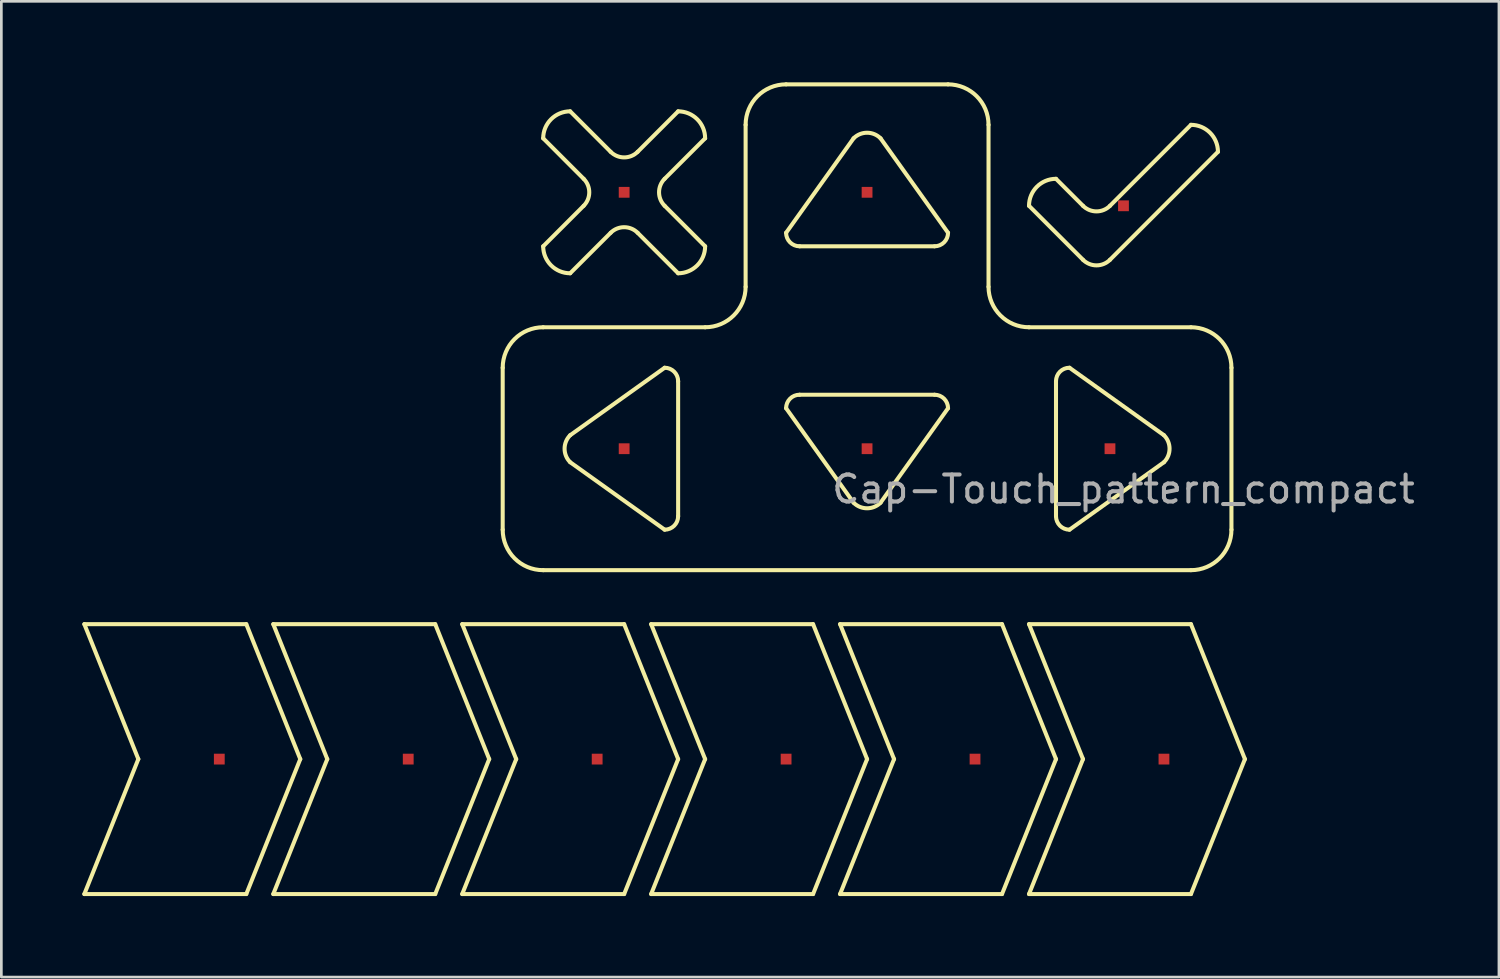
<source format=kicad_pcb>
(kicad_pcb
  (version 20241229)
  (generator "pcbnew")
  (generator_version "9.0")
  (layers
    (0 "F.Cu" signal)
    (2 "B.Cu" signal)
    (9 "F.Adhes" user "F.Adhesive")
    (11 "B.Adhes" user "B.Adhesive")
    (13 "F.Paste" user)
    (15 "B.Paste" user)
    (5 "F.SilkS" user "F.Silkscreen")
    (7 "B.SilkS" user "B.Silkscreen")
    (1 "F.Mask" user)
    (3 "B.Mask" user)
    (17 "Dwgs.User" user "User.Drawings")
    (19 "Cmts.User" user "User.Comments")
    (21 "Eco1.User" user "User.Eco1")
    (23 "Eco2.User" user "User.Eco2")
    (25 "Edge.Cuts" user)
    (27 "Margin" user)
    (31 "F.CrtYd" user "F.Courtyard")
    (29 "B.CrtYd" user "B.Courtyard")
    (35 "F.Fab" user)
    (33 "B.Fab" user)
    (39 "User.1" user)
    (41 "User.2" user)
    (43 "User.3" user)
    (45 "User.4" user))
  (footprint "Cap-Touch_pattern_compact"
    (layer "F.Cu")
    (at 23.575 11.575)
    (property "Reference" "Cap-Touch_pattern_compact" (at 15 3.5 0) (layer "F.Fab") (effects (font (size 1 1) (thickness 0.15))))
    (attr through_hole)
    (fp_line (start -23.5 8.5) (end -17.5 8.5) (stroke (width 0.15) (type solid)) (layer "F.SilkS"))
    (fp_line (start -23.5 18.5) (end -21.5 13.5) (stroke (width 0.15) (type solid)) (layer "F.SilkS"))
    (fp_line (start -21.5 13.5) (end -23.5 8.5) (stroke (width 0.15) (type solid)) (layer "F.SilkS"))
    (fp_line (start -17.5 8.5) (end -15.5 13.5) (stroke (width 0.15) (type solid)) (layer "F.SilkS"))
    (fp_line (start -17.5 18.5) (end -23.5 18.5) (stroke (width 0.15) (type solid)) (layer "F.SilkS"))
    (fp_line (start -16.5 8.5) (end -10.5 8.5) (stroke (width 0.15) (type solid)) (layer "F.SilkS"))
    (fp_line (start -16.5 18.5) (end -14.5 13.5) (stroke (width 0.15) (type solid)) (layer "F.SilkS"))
    (fp_line (start -15.5 13.5) (end -17.5 18.5) (stroke (width 0.15) (type solid)) (layer "F.SilkS"))
    (fp_line (start -14.5 13.5) (end -16.5 8.5) (stroke (width 0.15) (type solid)) (layer "F.SilkS"))
    (fp_line (start -10.5 8.5) (end -8.5 13.5) (stroke (width 0.15) (type solid)) (layer "F.SilkS"))
    (fp_line (start -10.5 18.5) (end -16.5 18.5) (stroke (width 0.15) (type solid)) (layer "F.SilkS"))
    (fp_line (start -9.5 8.5) (end -3.5 8.5) (stroke (width 0.15) (type solid)) (layer "F.SilkS"))
    (fp_line (start -9.5 18.5) (end -7.5 13.5) (stroke (width 0.15) (type solid)) (layer "F.SilkS"))
    (fp_line (start -8.5 13.5) (end -10.5 18.5) (stroke (width 0.15) (type solid)) (layer "F.SilkS"))
    (fp_line (start -8 -1) (end -8 5) (stroke (width 0.15) (type solid)) (layer "F.SilkS"))
    (fp_line (start -7.5 13.5) (end -9.5 8.5) (stroke (width 0.15) (type solid)) (layer "F.SilkS"))
    (fp_line (start -5.5 -10.5) (end -4 -9) (stroke (width 0.15) (type solid)) (layer "F.SilkS"))
    (fp_line (start -5.5 -4.5) (end -4 -6) (stroke (width 0.15) (type solid)) (layer "F.SilkS"))
    (fp_line (start -5.5 1.5) (end -2 -1) (stroke (width 0.15) (type solid)) (layer "F.SilkS"))
    (fp_line (start -5 -8) (end -6.5 -9.5) (stroke (width 0.15) (type solid)) (layer "F.SilkS"))
    (fp_line (start -5 -7) (end -6.5 -5.5) (stroke (width 0.15) (type solid)) (layer "F.SilkS"))
    (fp_line (start -3.5 8.5) (end -1.5 13.5) (stroke (width 0.15) (type solid)) (layer "F.SilkS"))
    (fp_line (start -3.5 18.5) (end -9.5 18.5) (stroke (width 0.15) (type solid)) (layer "F.SilkS"))
    (fp_line (start -3 -9) (end -1.5 -10.5) (stroke (width 0.15) (type solid)) (layer "F.SilkS"))
    (fp_line (start -2.5 8.5) (end 3.5 8.5) (stroke (width 0.15) (type solid)) (layer "F.SilkS"))
    (fp_line (start -2.5 18.5) (end -0.5 13.5) (stroke (width 0.15) (type solid)) (layer "F.SilkS"))
    (fp_line (start -2 -7) (end -0.5 -5.5) (stroke (width 0.15) (type solid)) (layer "F.SilkS"))
    (fp_line (start -2 5) (end -5.5 2.5) (stroke (width 0.15) (type solid)) (layer "F.SilkS"))
    (fp_line (start -1.5 -4.5) (end -3 -6) (stroke (width 0.15) (type solid)) (layer "F.SilkS"))
    (fp_line (start -1.5 -0.5) (end -1.5 4.5) (stroke (width 0.15) (type solid)) (layer "F.SilkS"))
    (fp_line (start -1.5 13.5) (end -3.5 18.5) (stroke (width 0.15) (type solid)) (layer "F.SilkS"))
    (fp_line (start -0.5 -9.5) (end -2 -8) (stroke (width 0.15) (type solid)) (layer "F.SilkS"))
    (fp_line (start -0.5 -2.5) (end -6.5 -2.5) (stroke (width 0.15) (type solid)) (layer "F.SilkS"))
    (fp_line (start -0.5 13.5) (end -2.5 8.5) (stroke (width 0.15) (type solid)) (layer "F.SilkS"))
    (fp_line (start 1 -10) (end 1 -4) (stroke (width 0.15) (type solid)) (layer "F.SilkS"))
    (fp_line (start 2.5 -6) (end 5 -9.5) (stroke (width 0.15) (type solid)) (layer "F.SilkS"))
    (fp_line (start 3 0) (end 8 0) (stroke (width 0.15) (type solid)) (layer "F.SilkS"))
    (fp_line (start 3.5 8.5) (end 5.5 13.5) (stroke (width 0.15) (type solid)) (layer "F.SilkS"))
    (fp_line (start 3.5 18.5) (end -2.5 18.5) (stroke (width 0.15) (type solid)) (layer "F.SilkS"))
    (fp_line (start 4.5 8.5) (end 10.5 8.5) (stroke (width 0.15) (type solid)) (layer "F.SilkS"))
    (fp_line (start 4.5 18.5) (end 6.5 13.5) (stroke (width 0.15) (type solid)) (layer "F.SilkS"))
    (fp_line (start 5 4) (end 2.5 0.5) (stroke (width 0.15) (type solid)) (layer "F.SilkS"))
    (fp_line (start 5.5 13.5) (end 3.5 18.5) (stroke (width 0.15) (type solid)) (layer "F.SilkS"))
    (fp_line (start 6 -9.5) (end 8.5 -6) (stroke (width 0.15) (type solid)) (layer "F.SilkS"))
    (fp_line (start 6.5 13.5) (end 4.5 8.5) (stroke (width 0.15) (type solid)) (layer "F.SilkS"))
    (fp_line (start 8 -5.5) (end 3 -5.5) (stroke (width 0.15) (type solid)) (layer "F.SilkS"))
    (fp_line (start 8.5 -11.5) (end 2.5 -11.5) (stroke (width 0.15) (type solid)) (layer "F.SilkS"))
    (fp_line (start 8.5 0.5) (end 6 4) (stroke (width 0.15) (type solid)) (layer "F.SilkS"))
    (fp_line (start 10 -4) (end 10 -10) (stroke (width 0.15) (type solid)) (layer "F.SilkS"))
    (fp_line (start 10.5 8.5) (end 12.5 13.5) (stroke (width 0.15) (type solid)) (layer "F.SilkS"))
    (fp_line (start 10.5 18.5) (end 4.5 18.5) (stroke (width 0.15) (type solid)) (layer "F.SilkS"))
    (fp_line (start 11.5 -7) (end 13.5 -5) (stroke (width 0.15) (type solid)) (layer "F.SilkS"))
    (fp_line (start 11.5 8.5) (end 17.5 8.5) (stroke (width 0.15) (type solid)) (layer "F.SilkS"))
    (fp_line (start 11.5 18.5) (end 13.5 13.5) (stroke (width 0.15) (type solid)) (layer "F.SilkS"))
    (fp_line (start 12.5 4.5) (end 12.5 -0.5) (stroke (width 0.15) (type solid)) (layer "F.SilkS"))
    (fp_line (start 12.5 13.5) (end 10.5 18.5) (stroke (width 0.15) (type solid)) (layer "F.SilkS"))
    (fp_line (start 13 -1) (end 16.5 1.5) (stroke (width 0.15) (type solid)) (layer "F.SilkS"))
    (fp_line (start 13.5 -7) (end 12.5 -8) (stroke (width 0.15) (type solid)) (layer "F.SilkS"))
    (fp_line (start 13.5 13.5) (end 11.5 8.5) (stroke (width 0.15) (type solid)) (layer "F.SilkS"))
    (fp_line (start 14.5 -5) (end 18.5 -9) (stroke (width 0.15) (type solid)) (layer "F.SilkS"))
    (fp_line (start 16.5 2.5) (end 13 5) (stroke (width 0.15) (type solid)) (layer "F.SilkS"))
    (fp_line (start 17.5 -10) (end 14.5 -7) (stroke (width 0.15) (type solid)) (layer "F.SilkS"))
    (fp_line (start 17.5 -2.5) (end 11.5 -2.5) (stroke (width 0.15) (type solid)) (layer "F.SilkS"))
    (fp_line (start 17.5 6.5) (end -6.5 6.5) (stroke (width 0.15) (type solid)) (layer "F.SilkS"))
    (fp_line (start 17.5 8.5) (end 19.5 13.5) (stroke (width 0.15) (type solid)) (layer "F.SilkS"))
    (fp_line (start 17.5 18.5) (end 11.5 18.5) (stroke (width 0.15) (type solid)) (layer "F.SilkS"))
    (fp_line (start 19 5) (end 19 -1) (stroke (width 0.15) (type solid)) (layer "F.SilkS"))
    (fp_line (start 19.5 13.5) (end 17.5 18.5) (stroke (width 0.15) (type solid)) (layer "F.SilkS"))
    (fp_arc (start -8 -1) (mid -7.56066 -2.06066) (end -6.5 -2.5) (stroke (width 0.15) (type solid)) (layer "F.SilkS"))
    (fp_arc (start -6.5 -9.5) (mid -6.207107 -10.207107) (end -5.5 -10.5) (stroke (width 0.15) (type solid)) (layer "F.SilkS"))
    (fp_arc (start -6.5 6.5) (mid -7.56066 6.06066) (end -8 5) (stroke (width 0.15) (type solid)) (layer "F.SilkS"))
    (fp_arc (start -5.5 -4.5) (mid -6.207107 -4.792893) (end -6.5 -5.5) (stroke (width 0.15) (type solid)) (layer "F.SilkS"))
    (fp_arc (start -5.5 2.5) (mid -5.707107 2) (end -5.5 1.5) (stroke (width 0.15) (type solid)) (layer "F.SilkS"))
    (fp_arc (start -5 -8) (mid -4.792893 -7.5) (end -5 -7) (stroke (width 0.15) (type solid)) (layer "F.SilkS"))
    (fp_arc (start -4 -6) (mid -3.5 -6.207107) (end -3 -6) (stroke (width 0.15) (type solid)) (layer "F.SilkS"))
    (fp_arc (start -3 -9) (mid -3.5 -8.792893) (end -4 -9) (stroke (width 0.15) (type solid)) (layer "F.SilkS"))
    (fp_arc (start -2 -7) (mid -2.207107 -7.5) (end -2 -8) (stroke (width 0.15) (type solid)) (layer "F.SilkS"))
    (fp_arc (start -2 -1) (mid -1.646447 -0.853553) (end -1.5 -0.5) (stroke (width 0.15) (type solid)) (layer "F.SilkS"))
    (fp_arc (start -1.5 -10.5) (mid -0.792893 -10.207107) (end -0.5 -9.5) (stroke (width 0.15) (type solid)) (layer "F.SilkS"))
    (fp_arc (start -1.5 4.5) (mid -1.646447 4.853553) (end -2 5) (stroke (width 0.15) (type solid)) (layer "F.SilkS"))
    (fp_arc (start -0.5 -5.5) (mid -0.792893 -4.792893) (end -1.5 -4.5) (stroke (width 0.15) (type solid)) (layer "F.SilkS"))
    (fp_arc (start 1 -10) (mid 1.43934 -11.06066) (end 2.5 -11.5) (stroke (width 0.15) (type solid)) (layer "F.SilkS"))
    (fp_arc (start 1 -4) (mid 0.56066 -2.93934) (end -0.5 -2.5) (stroke (width 0.15) (type solid)) (layer "F.SilkS"))
    (fp_arc (start 2.5 0.5) (mid 2.646447 0.146447) (end 3 0) (stroke (width 0.15) (type solid)) (layer "F.SilkS"))
    (fp_arc (start 3 -5.5) (mid 2.646447 -5.646447) (end 2.5 -6) (stroke (width 0.15) (type solid)) (layer "F.SilkS"))
    (fp_arc (start 5 -9.5) (mid 5.5 -9.707107) (end 6 -9.5) (stroke (width 0.15) (type solid)) (layer "F.SilkS"))
    (fp_arc (start 6 4) (mid 5.5 4.207107) (end 5 4) (stroke (width 0.15) (type solid)) (layer "F.SilkS"))
    (fp_arc (start 8 0) (mid 8.353553 0.146447) (end 8.5 0.5) (stroke (width 0.15) (type solid)) (layer "F.SilkS"))
    (fp_arc (start 8.5 -11.5) (mid 9.56066 -11.06066) (end 10 -10) (stroke (width 0.15) (type solid)) (layer "F.SilkS"))
    (fp_arc (start 8.5 -6) (mid 8.353553 -5.646447) (end 8 -5.5) (stroke (width 0.15) (type solid)) (layer "F.SilkS"))
    (fp_arc (start 11.5 -7) (mid 11.792893 -7.707107) (end 12.5 -8) (stroke (width 0.15) (type solid)) (layer "F.SilkS"))
    (fp_arc (start 11.5 -2.5) (mid 10.43934 -2.93934) (end 10 -4) (stroke (width 0.15) (type solid)) (layer "F.SilkS"))
    (fp_arc (start 12.5 -0.5) (mid 12.646447 -0.853553) (end 13 -1) (stroke (width 0.15) (type solid)) (layer "F.SilkS"))
    (fp_arc (start 13 5) (mid 12.646447 4.853553) (end 12.5 4.5) (stroke (width 0.15) (type solid)) (layer "F.SilkS"))
    (fp_arc (start 14.5 -7) (mid 14 -6.792893) (end 13.5 -7) (stroke (width 0.15) (type solid)) (layer "F.SilkS"))
    (fp_arc (start 14.5 -5) (mid 14 -4.792893) (end 13.5 -5) (stroke (width 0.15) (type solid)) (layer "F.SilkS"))
    (fp_arc (start 16.5 1.5) (mid 16.707107 2) (end 16.5 2.5) (stroke (width 0.15) (type solid)) (layer "F.SilkS"))
    (fp_arc (start 17.5 -10) (mid 18.207107 -9.707107) (end 18.5 -9) (stroke (width 0.15) (type solid)) (layer "F.SilkS"))
    (fp_arc (start 17.5 -2.5) (mid 18.56066 -2.06066) (end 19 -1) (stroke (width 0.15) (type solid)) (layer "F.SilkS"))
    (fp_arc (start 19 5) (mid 18.56066 6.06066) (end 17.5 6.5) (stroke (width 0.15) (type solid)) (layer "F.SilkS"))
    (pad "1" smd custom (at 5.5 -7.5) (size 0.4 0.4) (layers "F.Cu" "F.Mask" "F.Paste") (options (anchor rect)) (primitives))
    (pad "2" smd rect (at 5.5 2) (size 0.4 0.4) (layers "F.Cu" "F.Mask" "F.Paste"))
    (pad "3" smd rect (at -3.5 2) (size 0.4 0.4) (layers "F.Cu" "F.Mask" "F.Paste"))
    (pad "4" smd rect (at 14.5 2) (size 0.4 0.4) (layers "F.Cu" "F.Mask" "F.Paste"))
    (pad "5" smd rect (at 15 -7) (size 0.4 0.4) (layers "F.Cu" "F.Mask" "F.Paste"))
    (pad "6" smd rect (at -3.5 -7.5) (size 0.4 0.4) (layers "F.Cu" "F.Mask" "F.Paste"))
    (pad "7" smd rect (at -18.5 13.5) (size 0.4 0.4) (layers "F.Cu" "F.Mask" "F.Paste"))
    (pad "8" smd rect (at -11.5 13.5) (size 0.4 0.4) (layers "F.Cu" "F.Mask" "F.Paste"))
    (pad "9" smd rect (at -4.5 13.5) (size 0.4 0.4) (layers "F.Cu" "F.Mask" "F.Paste"))
    (pad "10" smd rect (at 2.5 13.5) (size 0.4 0.4) (layers "F.Cu" "F.Mask" "F.Paste"))
    (pad "11" smd rect (at 9.5 13.5) (size 0.4 0.4) (layers "F.Cu" "F.Mask" "F.Paste"))
    (pad "12" smd rect (at 16.5 13.5) (size 0.4 0.4) (layers "F.Cu" "F.Mask" "F.Paste")))
  (gr_rect
    (start -3 -3)
    (end 52.486 33.15)
    (stroke (width 0.1) (type default))
    (fill no)
    (layer "Edge.Cuts")))
</source>
